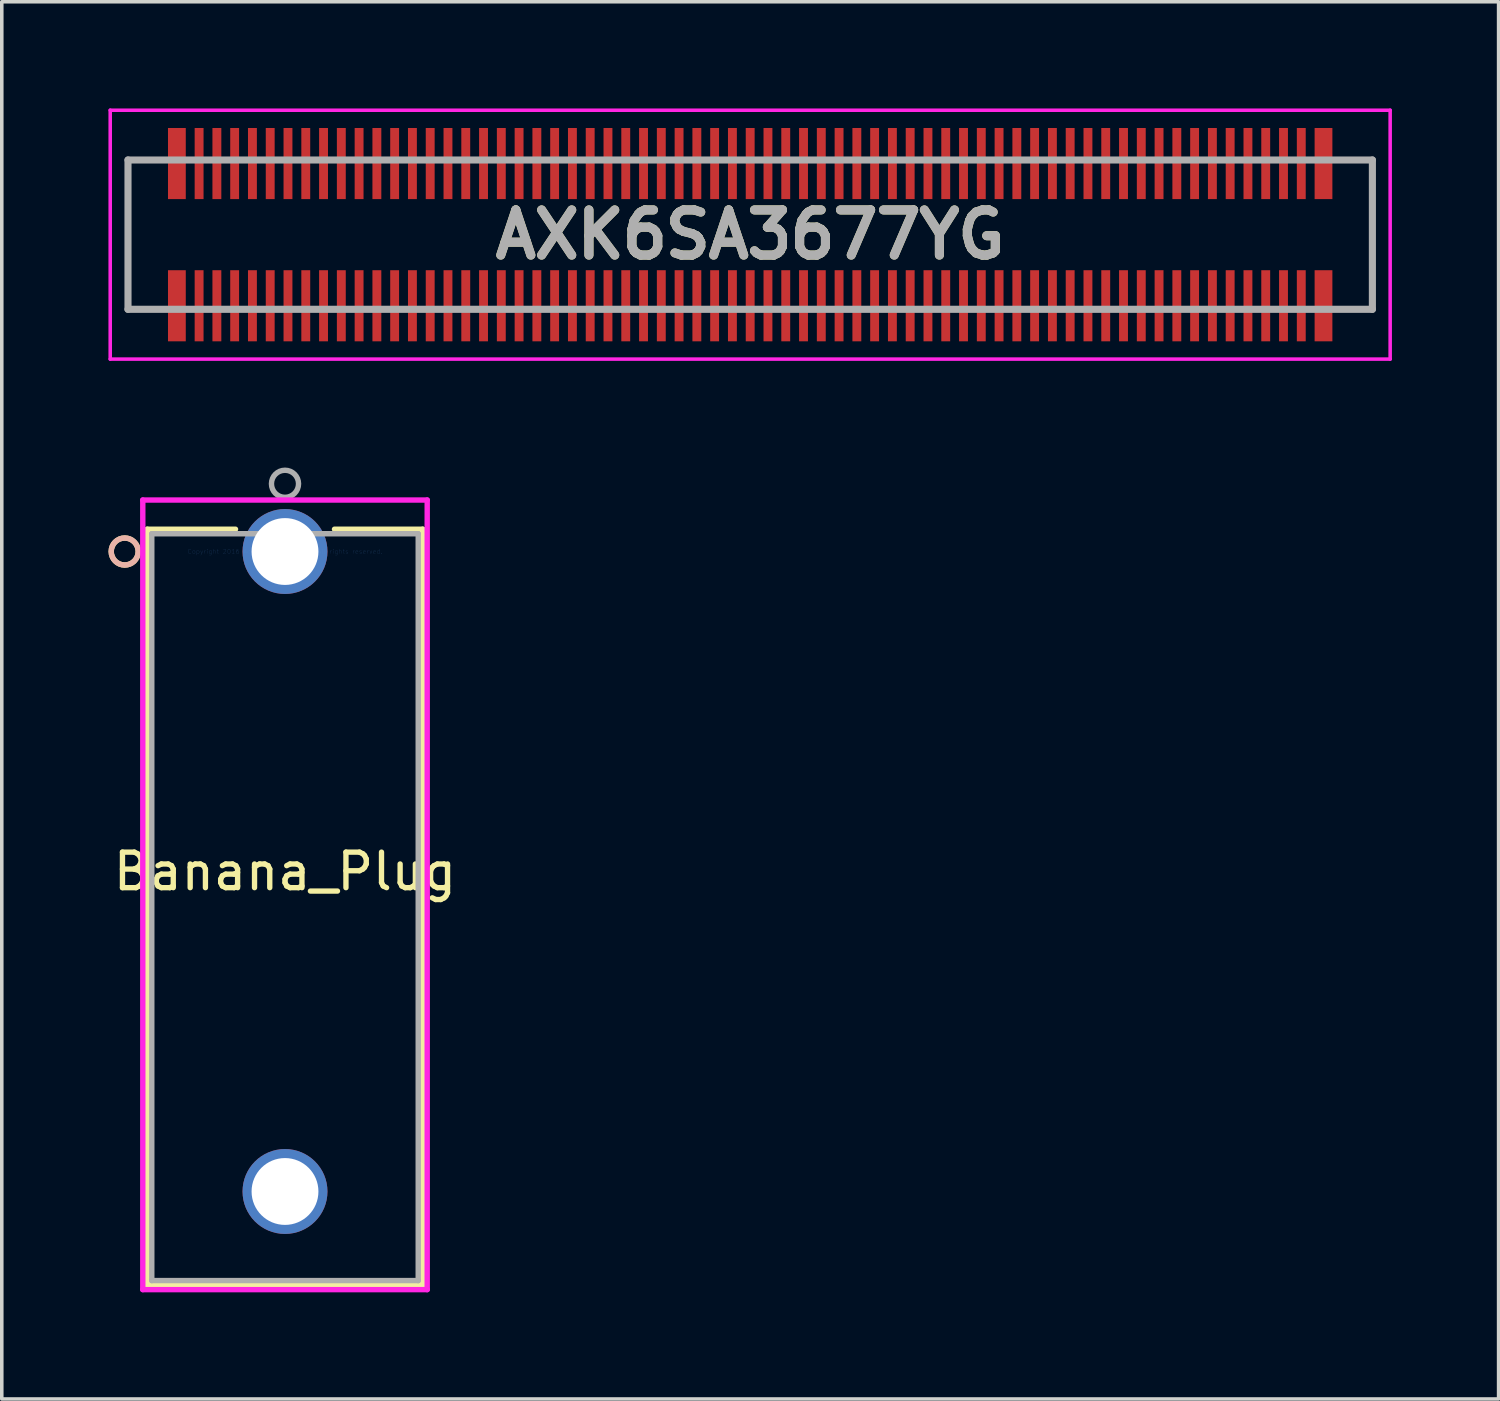
<source format=kicad_pcb>
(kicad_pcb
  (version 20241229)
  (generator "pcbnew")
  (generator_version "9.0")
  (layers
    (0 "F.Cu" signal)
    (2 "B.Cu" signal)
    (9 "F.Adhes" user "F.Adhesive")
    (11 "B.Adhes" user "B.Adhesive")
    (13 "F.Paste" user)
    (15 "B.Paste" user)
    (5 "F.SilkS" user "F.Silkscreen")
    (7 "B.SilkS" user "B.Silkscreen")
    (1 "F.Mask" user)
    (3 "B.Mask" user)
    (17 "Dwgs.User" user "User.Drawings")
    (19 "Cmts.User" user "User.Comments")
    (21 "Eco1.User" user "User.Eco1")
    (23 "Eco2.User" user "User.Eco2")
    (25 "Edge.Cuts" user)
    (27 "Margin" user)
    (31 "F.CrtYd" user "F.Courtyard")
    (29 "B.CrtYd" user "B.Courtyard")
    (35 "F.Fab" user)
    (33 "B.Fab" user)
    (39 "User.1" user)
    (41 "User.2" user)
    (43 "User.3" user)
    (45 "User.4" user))
  (footprint "Banana_Plug"
    (layer "F.Cu")
    (at 4.966 12.462)
    (property "Reference" "Banana_Plug" (at 0 9 0) (layer "F.SilkS") (effects (font (size 1 1) (thickness 0.15))))
    (attr through_hole)
    (fp_line (start -3.873 -0.627) (end -3.873 20.633) (stroke (width 0.152) (type solid)) (layer "F.SilkS"))
    (fp_line (start -3.873 20.633) (end 3.873 20.633) (stroke (width 0.152) (type solid)) (layer "F.SilkS"))
    (fp_line (start -1.392 -0.627) (end -3.873 -0.627) (stroke (width 0.152) (type solid)) (layer "F.SilkS"))
    (fp_line (start 3.873 -0.627) (end 1.392 -0.627) (stroke (width 0.152) (type solid)) (layer "F.SilkS"))
    (fp_line (start 3.873 20.633) (end 3.873 -0.627) (stroke (width 0.152) (type solid)) (layer "F.SilkS"))
    (fp_circle (center -4.508 0) (end -4.128 0) (stroke (width 0.152) (type solid)) (fill no) (layer "F.SilkS"))
    (fp_circle (center -4.508 0) (end -4.128 0) (stroke (width 0.152) (type solid)) (fill no) (layer "B.SilkS"))
    (fp_line (start -4 -1.448) (end -4 20.76) (stroke (width 0.152) (type solid)) (layer "F.CrtYd"))
    (fp_line (start -4 20.76) (end 4 20.76) (stroke (width 0.152) (type solid)) (layer "F.CrtYd"))
    (fp_line (start 4 -1.448) (end -4 -1.448) (stroke (width 0.152) (type solid)) (layer "F.CrtYd"))
    (fp_line (start 4 20.76) (end 4 -1.448) (stroke (width 0.152) (type solid)) (layer "F.CrtYd"))
    (fp_line (start -3.747 -0.5) (end -3.747 20.506) (stroke (width 0.152) (type solid)) (layer "F.Fab"))
    (fp_line (start -3.747 20.506) (end 3.747 20.506) (stroke (width 0.152) (type solid)) (layer "F.Fab"))
    (fp_line (start 3.747 -0.5) (end -3.747 -0.5) (stroke (width 0.152) (type solid)) (layer "F.Fab"))
    (fp_line (start 3.747 20.506) (end 3.747 -0.5) (stroke (width 0.152) (type solid)) (layer "F.Fab"))
    (fp_circle (center 0 -1.905) (end 0.381 -1.905) (stroke (width 0.152) (type solid)) (fill no) (layer "F.Fab"))
    (fp_text user "*" (at 0 0 0) (layer "F.SilkS") (effects (font (size 1 1) (thickness 0.15))))
    (fp_text user "Copyright 2016 Accelerated Designs. All rights reserved." (at 0 0 0) (layer "Cmts.User") (effects (font (size 0.127 0.127) (thickness 0.002))))
    (fp_text user "*" (at 0 0 0) (layer "F.Fab") (effects (font (size 1 1) (thickness 0.15))))
    (pad "1" thru_hole circle (at 0 0) (size 2.388 2.388) (drill 1.88) (layers "*.Cu" "*.Mask"))
    (pad "2" thru_hole circle (at 0 18) (size 2.388 2.388) (drill 1.88) (layers "*.Cu" "*.Mask")))
  (footprint "AXK6SA3677YG"
    (layer "F.Cu")
    (at 18.05 3.55)
    (property "Reference" "AXK6SA3677YG" (at 0 0 0) (layer "F.SilkS") (effects (font (size 1.27 1.27) (thickness 0.254))))
    (attr through_hole)
    (fp_line (start -17.5 -2.1) (end -17.5 2.1) (stroke (width 0.1) (type solid)) (layer "F.SilkS"))
    (fp_line (start -17.5 2.1) (end -17 2.1) (stroke (width 0.1) (type solid)) (layer "F.SilkS"))
    (fp_line (start -17 -2.1) (end -17.5 -2.1) (stroke (width 0.1) (type solid)) (layer "F.SilkS"))
    (fp_line (start 17 -2.1) (end 17.5 -2.1) (stroke (width 0.1) (type solid)) (layer "F.SilkS"))
    (fp_line (start 17.5 -2.1) (end 17.5 2.1) (stroke (width 0.1) (type solid)) (layer "F.SilkS"))
    (fp_line (start 17.5 2.1) (end 17 2.1) (stroke (width 0.1) (type solid)) (layer "F.SilkS"))
    (fp_line (start -18 -3.5) (end 18 -3.5) (stroke (width 0.1) (type solid)) (layer "F.CrtYd"))
    (fp_line (start -18 3.5) (end -18 -3.5) (stroke (width 0.1) (type solid)) (layer "F.CrtYd"))
    (fp_line (start 18 -3.5) (end 18 3.5) (stroke (width 0.1) (type solid)) (layer "F.CrtYd"))
    (fp_line (start 18 3.5) (end -18 3.5) (stroke (width 0.1) (type solid)) (layer "F.CrtYd"))
    (fp_line (start -17.5 -2.1) (end 17.5 -2.1) (stroke (width 0.2) (type solid)) (layer "F.Fab"))
    (fp_line (start -17.5 2.1) (end -17.5 -2.1) (stroke (width 0.2) (type solid)) (layer "F.Fab"))
    (fp_line (start 17.5 -2.1) (end 17.5 2.1) (stroke (width 0.2) (type solid)) (layer "F.Fab"))
    (fp_line (start 17.5 2.1) (end -17.5 2.1) (stroke (width 0.2) (type solid)) (layer "F.Fab"))
    (fp_text user "${REFERENCE}" (at 0 0 0) (layer "F.Fab") (effects (font (size 1.27 1.27) (thickness 0.254))))
    (pad "" np_thru_hole circle (at -16.75 1.05) (size 0.001 0.001) (drill 0.7) (layers "*.Cu" "*.Mask"))
    (pad "" np_thru_hole circle (at 16.75 -1.05) (size 0.001 0.001) (drill 0.7) (layers "*.Cu" "*.Mask"))
    (pad "1" smd rect (at -16.125 -2) (size 0.5 2) (layers "F.Cu" "F.Mask" "F.Paste"))
    (pad "2" smd rect (at -16.125 2) (size 0.5 2) (layers "F.Cu" "F.Mask" "F.Paste"))
    (pad "3" smd rect (at -15.5 -2) (size 0.25 2) (layers "F.Cu" "F.Mask" "F.Paste"))
    (pad "4" smd rect (at -15.5 2) (size 0.25 2) (layers "F.Cu" "F.Mask" "F.Paste"))
    (pad "5" smd rect (at -15 -2) (size 0.25 2) (layers "F.Cu" "F.Mask" "F.Paste"))
    (pad "6" smd rect (at -15 2) (size 0.25 2) (layers "F.Cu" "F.Mask" "F.Paste"))
    (pad "7" smd rect (at -14.5 -2) (size 0.25 2) (layers "F.Cu" "F.Mask" "F.Paste"))
    (pad "8" smd rect (at -14.5 2) (size 0.25 2) (layers "F.Cu" "F.Mask" "F.Paste"))
    (pad "9" smd rect (at -14 -2) (size 0.25 2) (layers "F.Cu" "F.Mask" "F.Paste"))
    (pad "10" smd rect (at -14 2) (size 0.25 2) (layers "F.Cu" "F.Mask" "F.Paste"))
    (pad "11" smd rect (at -13.5 -2) (size 0.25 2) (layers "F.Cu" "F.Mask" "F.Paste"))
    (pad "12" smd rect (at -13.5 2) (size 0.25 2) (layers "F.Cu" "F.Mask" "F.Paste"))
    (pad "13" smd rect (at -13 -2) (size 0.25 2) (layers "F.Cu" "F.Mask" "F.Paste"))
    (pad "14" smd rect (at -13 2) (size 0.25 2) (layers "F.Cu" "F.Mask" "F.Paste"))
    (pad "15" smd rect (at -12.5 -2) (size 0.25 2) (layers "F.Cu" "F.Mask" "F.Paste"))
    (pad "16" smd rect (at -12.5 2) (size 0.25 2) (layers "F.Cu" "F.Mask" "F.Paste"))
    (pad "17" smd rect (at -12 -2) (size 0.25 2) (layers "F.Cu" "F.Mask" "F.Paste"))
    (pad "18" smd rect (at -12 2) (size 0.25 2) (layers "F.Cu" "F.Mask" "F.Paste"))
    (pad "19" smd rect (at -11.5 -2) (size 0.25 2) (layers "F.Cu" "F.Mask" "F.Paste"))
    (pad "20" smd rect (at -11.5 2) (size 0.25 2) (layers "F.Cu" "F.Mask" "F.Paste"))
    (pad "21" smd rect (at -11 -2) (size 0.25 2) (layers "F.Cu" "F.Mask" "F.Paste"))
    (pad "22" smd rect (at -11 2) (size 0.25 2) (layers "F.Cu" "F.Mask" "F.Paste"))
    (pad "23" smd rect (at -10.5 -2) (size 0.25 2) (layers "F.Cu" "F.Mask" "F.Paste"))
    (pad "24" smd rect (at -10.5 2) (size 0.25 2) (layers "F.Cu" "F.Mask" "F.Paste"))
    (pad "25" smd rect (at -10 -2) (size 0.25 2) (layers "F.Cu" "F.Mask" "F.Paste"))
    (pad "26" smd rect (at -10 2) (size 0.25 2) (layers "F.Cu" "F.Mask" "F.Paste"))
    (pad "27" smd rect (at -9.5 -2) (size 0.25 2) (layers "F.Cu" "F.Mask" "F.Paste"))
    (pad "28" smd rect (at -9.5 2) (size 0.25 2) (layers "F.Cu" "F.Mask" "F.Paste"))
    (pad "29" smd rect (at -9 -2) (size 0.25 2) (layers "F.Cu" "F.Mask" "F.Paste"))
    (pad "30" smd rect (at -9 2) (size 0.25 2) (layers "F.Cu" "F.Mask" "F.Paste"))
    (pad "31" smd rect (at -8.5 -2) (size 0.25 2) (layers "F.Cu" "F.Mask" "F.Paste"))
    (pad "32" smd rect (at -8.5 2) (size 0.25 2) (layers "F.Cu" "F.Mask" "F.Paste"))
    (pad "33" smd rect (at -8 -2) (size 0.25 2) (layers "F.Cu" "F.Mask" "F.Paste"))
    (pad "34" smd rect (at -8 2) (size 0.25 2) (layers "F.Cu" "F.Mask" "F.Paste"))
    (pad "35" smd rect (at -7.5 -2) (size 0.25 2) (layers "F.Cu" "F.Mask" "F.Paste"))
    (pad "36" smd rect (at -7.5 2) (size 0.25 2) (layers "F.Cu" "F.Mask" "F.Paste"))
    (pad "37" smd rect (at -7 -2) (size 0.25 2) (layers "F.Cu" "F.Mask" "F.Paste"))
    (pad "38" smd rect (at -7 2) (size 0.25 2) (layers "F.Cu" "F.Mask" "F.Paste"))
    (pad "39" smd rect (at -6.5 -2) (size 0.25 2) (layers "F.Cu" "F.Mask" "F.Paste"))
    (pad "40" smd rect (at -6.5 2) (size 0.25 2) (layers "F.Cu" "F.Mask" "F.Paste"))
    (pad "41" smd rect (at -6 -2) (size 0.25 2) (layers "F.Cu" "F.Mask" "F.Paste"))
    (pad "42" smd rect (at -6 2) (size 0.25 2) (layers "F.Cu" "F.Mask" "F.Paste"))
    (pad "43" smd rect (at -5.5 -2) (size 0.25 2) (layers "F.Cu" "F.Mask" "F.Paste"))
    (pad "44" smd rect (at -5.5 2) (size 0.25 2) (layers "F.Cu" "F.Mask" "F.Paste"))
    (pad "45" smd rect (at -5 -2) (size 0.25 2) (layers "F.Cu" "F.Mask" "F.Paste"))
    (pad "46" smd rect (at -5 2) (size 0.25 2) (layers "F.Cu" "F.Mask" "F.Paste"))
    (pad "47" smd rect (at -4.5 -2) (size 0.25 2) (layers "F.Cu" "F.Mask" "F.Paste"))
    (pad "48" smd rect (at -4.5 2) (size 0.25 2) (layers "F.Cu" "F.Mask" "F.Paste"))
    (pad "49" smd rect (at -4 -2) (size 0.25 2) (layers "F.Cu" "F.Mask" "F.Paste"))
    (pad "50" smd rect (at -4 2) (size 0.25 2) (layers "F.Cu" "F.Mask" "F.Paste"))
    (pad "51" smd rect (at -3.5 -2) (size 0.25 2) (layers "F.Cu" "F.Mask" "F.Paste"))
    (pad "52" smd rect (at -3.5 2) (size 0.25 2) (layers "F.Cu" "F.Mask" "F.Paste"))
    (pad "53" smd rect (at -3 -2) (size 0.25 2) (layers "F.Cu" "F.Mask" "F.Paste"))
    (pad "54" smd rect (at -3 2) (size 0.25 2) (layers "F.Cu" "F.Mask" "F.Paste"))
    (pad "55" smd rect (at -2.5 -2) (size 0.25 2) (layers "F.Cu" "F.Mask" "F.Paste"))
    (pad "56" smd rect (at -2.5 2) (size 0.25 2) (layers "F.Cu" "F.Mask" "F.Paste"))
    (pad "57" smd rect (at -2 -2) (size 0.25 2) (layers "F.Cu" "F.Mask" "F.Paste"))
    (pad "58" smd rect (at -2 2) (size 0.25 2) (layers "F.Cu" "F.Mask" "F.Paste"))
    (pad "59" smd rect (at -1.5 -2) (size 0.25 2) (layers "F.Cu" "F.Mask" "F.Paste"))
    (pad "60" smd rect (at -1.5 2) (size 0.25 2) (layers "F.Cu" "F.Mask" "F.Paste"))
    (pad "61" smd rect (at -1 -2) (size 0.25 2) (layers "F.Cu" "F.Mask" "F.Paste"))
    (pad "62" smd rect (at -1 2) (size 0.25 2) (layers "F.Cu" "F.Mask" "F.Paste"))
    (pad "63" smd rect (at -0.5 -2) (size 0.25 2) (layers "F.Cu" "F.Mask" "F.Paste"))
    (pad "64" smd rect (at -0.5 2) (size 0.25 2) (layers "F.Cu" "F.Mask" "F.Paste"))
    (pad "65" smd rect (at 0 -2) (size 0.25 2) (layers "F.Cu" "F.Mask" "F.Paste"))
    (pad "66" smd rect (at 0 2) (size 0.25 2) (layers "F.Cu" "F.Mask" "F.Paste"))
    (pad "67" smd rect (at 0.5 -2) (size 0.25 2) (layers "F.Cu" "F.Mask" "F.Paste"))
    (pad "68" smd rect (at 0.5 2) (size 0.25 2) (layers "F.Cu" "F.Mask" "F.Paste"))
    (pad "69" smd rect (at 1 -2) (size 0.25 2) (layers "F.Cu" "F.Mask" "F.Paste"))
    (pad "70" smd rect (at 1 2) (size 0.25 2) (layers "F.Cu" "F.Mask" "F.Paste"))
    (pad "71" smd rect (at 1.5 -2) (size 0.25 2) (layers "F.Cu" "F.Mask" "F.Paste"))
    (pad "72" smd rect (at 1.5 2) (size 0.25 2) (layers "F.Cu" "F.Mask" "F.Paste"))
    (pad "73" smd rect (at 2 -2) (size 0.25 2) (layers "F.Cu" "F.Mask" "F.Paste"))
    (pad "74" smd rect (at 2 2) (size 0.25 2) (layers "F.Cu" "F.Mask" "F.Paste"))
    (pad "75" smd rect (at 2.5 -2) (size 0.25 2) (layers "F.Cu" "F.Mask" "F.Paste"))
    (pad "76" smd rect (at 2.5 2) (size 0.25 2) (layers "F.Cu" "F.Mask" "F.Paste"))
    (pad "77" smd rect (at 3 -2) (size 0.25 2) (layers "F.Cu" "F.Mask" "F.Paste"))
    (pad "78" smd rect (at 3 2) (size 0.25 2) (layers "F.Cu" "F.Mask" "F.Paste"))
    (pad "79" smd rect (at 3.5 -2) (size 0.25 2) (layers "F.Cu" "F.Mask" "F.Paste"))
    (pad "80" smd rect (at 3.5 2) (size 0.25 2) (layers "F.Cu" "F.Mask" "F.Paste"))
    (pad "81" smd rect (at 4 -2) (size 0.25 2) (layers "F.Cu" "F.Mask" "F.Paste"))
    (pad "82" smd rect (at 4 2) (size 0.25 2) (layers "F.Cu" "F.Mask" "F.Paste"))
    (pad "83" smd rect (at 4.5 -2) (size 0.25 2) (layers "F.Cu" "F.Mask" "F.Paste"))
    (pad "84" smd rect (at 4.5 2) (size 0.25 2) (layers "F.Cu" "F.Mask" "F.Paste"))
    (pad "85" smd rect (at 5 -2) (size 0.25 2) (layers "F.Cu" "F.Mask" "F.Paste"))
    (pad "86" smd rect (at 5 2) (size 0.25 2) (layers "F.Cu" "F.Mask" "F.Paste"))
    (pad "87" smd rect (at 5.5 -2) (size 0.25 2) (layers "F.Cu" "F.Mask" "F.Paste"))
    (pad "88" smd rect (at 5.5 2) (size 0.25 2) (layers "F.Cu" "F.Mask" "F.Paste"))
    (pad "89" smd rect (at 6 -2) (size 0.25 2) (layers "F.Cu" "F.Mask" "F.Paste"))
    (pad "90" smd rect (at 6 2) (size 0.25 2) (layers "F.Cu" "F.Mask" "F.Paste"))
    (pad "91" smd rect (at 6.5 -2) (size 0.25 2) (layers "F.Cu" "F.Mask" "F.Paste"))
    (pad "92" smd rect (at 6.5 2) (size 0.25 2) (layers "F.Cu" "F.Mask" "F.Paste"))
    (pad "93" smd rect (at 7 -2) (size 0.25 2) (layers "F.Cu" "F.Mask" "F.Paste"))
    (pad "94" smd rect (at 7 2) (size 0.25 2) (layers "F.Cu" "F.Mask" "F.Paste"))
    (pad "95" smd rect (at 7.5 -2) (size 0.25 2) (layers "F.Cu" "F.Mask" "F.Paste"))
    (pad "96" smd rect (at 7.5 2) (size 0.25 2) (layers "F.Cu" "F.Mask" "F.Paste"))
    (pad "97" smd rect (at 8 -2) (size 0.25 2) (layers "F.Cu" "F.Mask" "F.Paste"))
    (pad "98" smd rect (at 8 2) (size 0.25 2) (layers "F.Cu" "F.Mask" "F.Paste"))
    (pad "99" smd rect (at 8.5 -2) (size 0.25 2) (layers "F.Cu" "F.Mask" "F.Paste"))
    (pad "100" smd rect (at 8.5 2) (size 0.25 2) (layers "F.Cu" "F.Mask" "F.Paste"))
    (pad "101" smd rect (at 9 -2) (size 0.25 2) (layers "F.Cu" "F.Mask" "F.Paste"))
    (pad "102" smd rect (at 9 2) (size 0.25 2) (layers "F.Cu" "F.Mask" "F.Paste"))
    (pad "103" smd rect (at 9.5 -2) (size 0.25 2) (layers "F.Cu" "F.Mask" "F.Paste"))
    (pad "104" smd rect (at 9.5 2) (size 0.25 2) (layers "F.Cu" "F.Mask" "F.Paste"))
    (pad "105" smd rect (at 10 -2) (size 0.25 2) (layers "F.Cu" "F.Mask" "F.Paste"))
    (pad "106" smd rect (at 10 2) (size 0.25 2) (layers "F.Cu" "F.Mask" "F.Paste"))
    (pad "107" smd rect (at 10.5 -2) (size 0.25 2) (layers "F.Cu" "F.Mask" "F.Paste"))
    (pad "108" smd rect (at 10.5 2) (size 0.25 2) (layers "F.Cu" "F.Mask" "F.Paste"))
    (pad "109" smd rect (at 11 -2) (size 0.25 2) (layers "F.Cu" "F.Mask" "F.Paste"))
    (pad "110" smd rect (at 11 2) (size 0.25 2) (layers "F.Cu" "F.Mask" "F.Paste"))
    (pad "111" smd rect (at 11.5 -2) (size 0.25 2) (layers "F.Cu" "F.Mask" "F.Paste"))
    (pad "112" smd rect (at 11.5 2) (size 0.25 2) (layers "F.Cu" "F.Mask" "F.Paste"))
    (pad "113" smd rect (at 12 -2) (size 0.25 2) (layers "F.Cu" "F.Mask" "F.Paste"))
    (pad "114" smd rect (at 12 2) (size 0.25 2) (layers "F.Cu" "F.Mask" "F.Paste"))
    (pad "115" smd rect (at 12.5 -2) (size 0.25 2) (layers "F.Cu" "F.Mask" "F.Paste"))
    (pad "116" smd rect (at 12.5 2) (size 0.25 2) (layers "F.Cu" "F.Mask" "F.Paste"))
    (pad "117" smd rect (at 13 -2) (size 0.25 2) (layers "F.Cu" "F.Mask" "F.Paste"))
    (pad "118" smd rect (at 13 2) (size 0.25 2) (layers "F.Cu" "F.Mask" "F.Paste"))
    (pad "119" smd rect (at 13.5 -2) (size 0.25 2) (layers "F.Cu" "F.Mask" "F.Paste"))
    (pad "120" smd rect (at 13.5 2) (size 0.25 2) (layers "F.Cu" "F.Mask" "F.Paste"))
    (pad "121" smd rect (at 14 -2) (size 0.25 2) (layers "F.Cu" "F.Mask" "F.Paste"))
    (pad "122" smd rect (at 14 2) (size 0.25 2) (layers "F.Cu" "F.Mask" "F.Paste"))
    (pad "123" smd rect (at 14.5 -2) (size 0.25 2) (layers "F.Cu" "F.Mask" "F.Paste"))
    (pad "124" smd rect (at 14.5 2) (size 0.25 2) (layers "F.Cu" "F.Mask" "F.Paste"))
    (pad "125" smd rect (at 15 -2) (size 0.25 2) (layers "F.Cu" "F.Mask" "F.Paste"))
    (pad "126" smd rect (at 15 2) (size 0.25 2) (layers "F.Cu" "F.Mask" "F.Paste"))
    (pad "127" smd rect (at 15.5 -2) (size 0.25 2) (layers "F.Cu" "F.Mask" "F.Paste"))
    (pad "128" smd rect (at 15.5 2) (size 0.25 2) (layers "F.Cu" "F.Mask" "F.Paste"))
    (pad "129" smd rect (at 16.125 -2) (size 0.5 2) (layers "F.Cu" "F.Mask" "F.Paste"))
    (pad "130" smd rect (at 16.125 2) (size 0.5 2) (layers "F.Cu" "F.Mask" "F.Paste")))
  (gr_rect
    (start -3 -3)
    (end 39.1 36.298)
    (stroke (width 0.1) (type default))
    (fill no)
    (layer "Edge.Cuts")))
</source>
